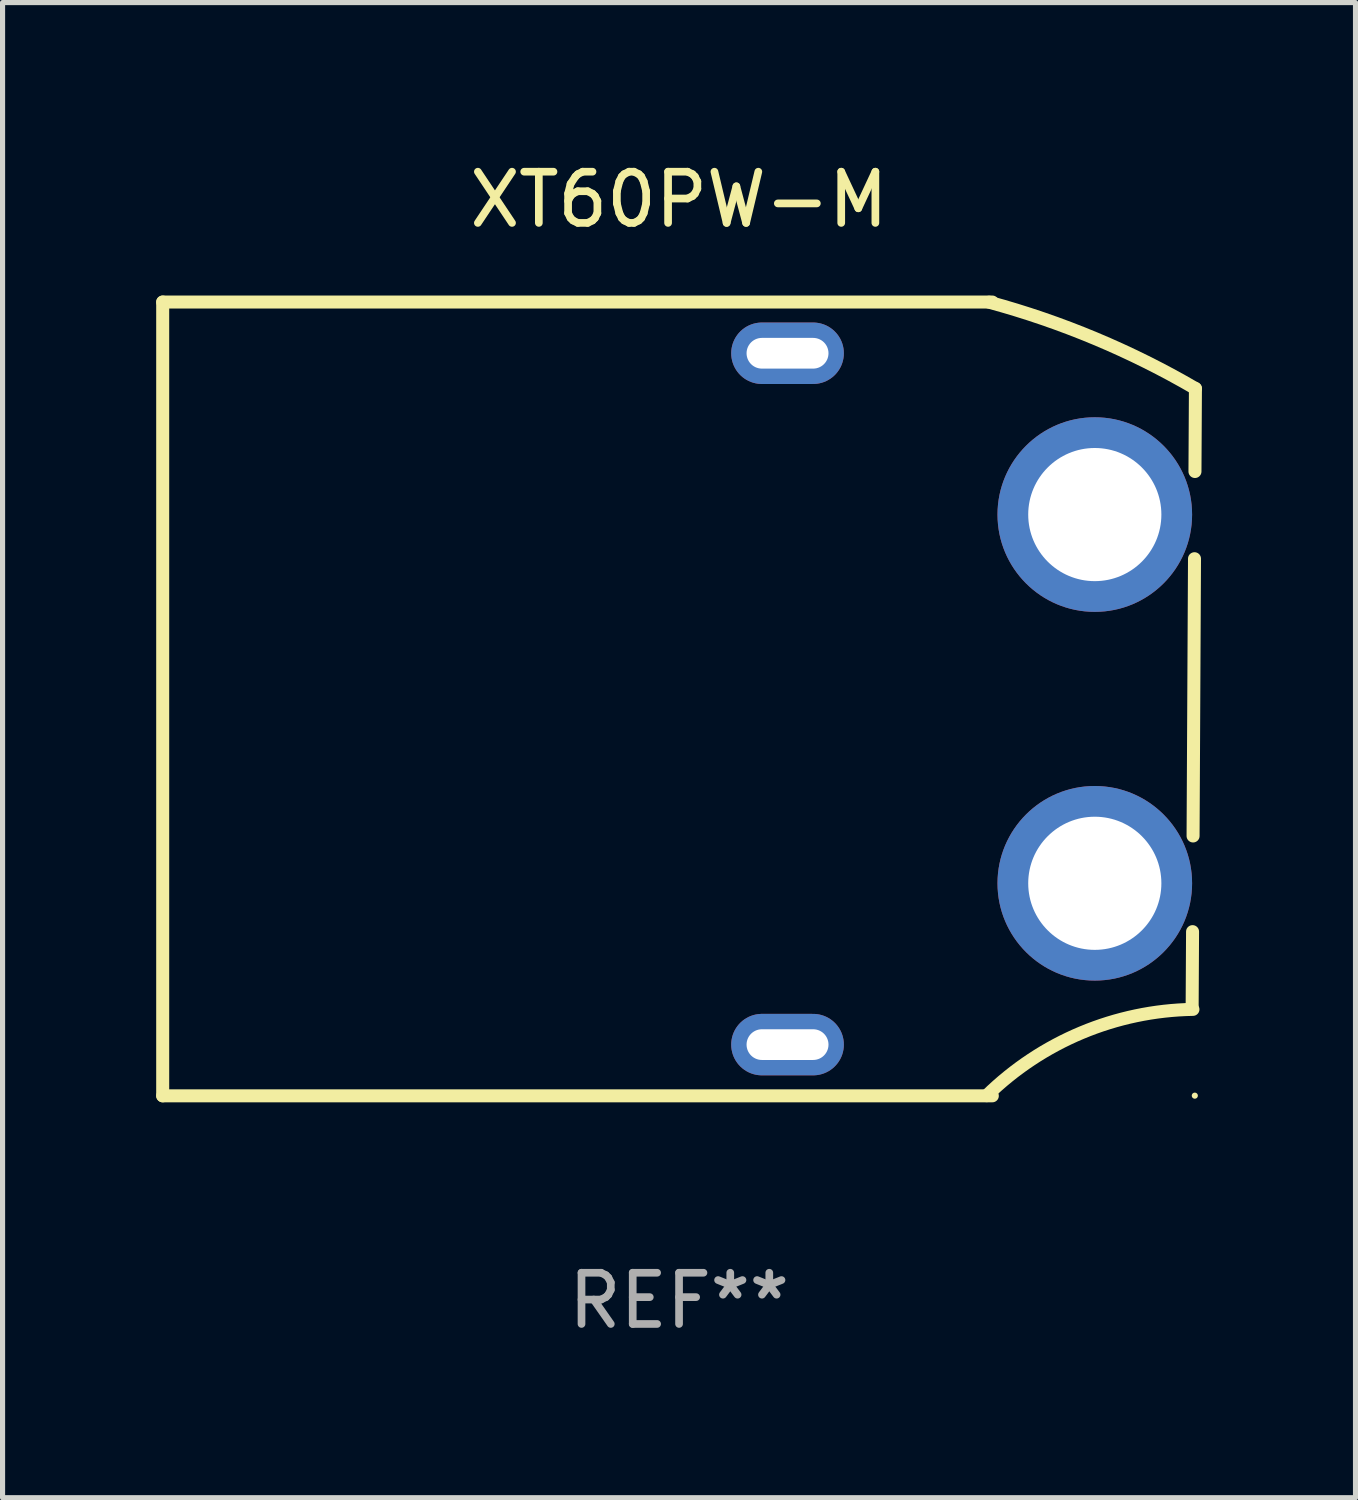
<source format=kicad_pcb>
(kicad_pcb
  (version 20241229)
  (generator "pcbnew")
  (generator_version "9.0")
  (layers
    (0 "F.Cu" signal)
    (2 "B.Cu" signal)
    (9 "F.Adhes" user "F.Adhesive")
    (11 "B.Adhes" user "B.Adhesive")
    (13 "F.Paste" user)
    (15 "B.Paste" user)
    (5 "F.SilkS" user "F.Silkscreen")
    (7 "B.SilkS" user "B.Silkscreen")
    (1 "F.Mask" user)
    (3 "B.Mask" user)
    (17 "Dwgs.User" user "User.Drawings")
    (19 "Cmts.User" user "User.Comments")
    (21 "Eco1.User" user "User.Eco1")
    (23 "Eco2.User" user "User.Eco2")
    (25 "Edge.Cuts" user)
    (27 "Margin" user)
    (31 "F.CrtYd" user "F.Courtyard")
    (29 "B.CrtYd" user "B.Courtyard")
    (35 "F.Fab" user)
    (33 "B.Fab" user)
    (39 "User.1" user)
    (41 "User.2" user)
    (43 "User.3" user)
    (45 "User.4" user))
  (footprint "XT60PW-M"
    (layer "F.Cu")
    (at 10.21 10.598)
    (property "Reference" "XT60PW-M" (at 0 -9.75 0) (layer "F.SilkS") (effects (font (size 1 1) (thickness 0.15))))
    (attr through_hole)
    (fp_line (start -10.083 -7.75) (end 6.117 -7.75) (stroke (width 0.254) (type solid)) (layer "F.SilkS"))
    (fp_line (start -10.083 7.75) (end -10.083 -7.75) (stroke (width 0.254) (type solid)) (layer "F.SilkS"))
    (fp_line (start -10.083 7.75) (end 6.117 7.75) (stroke (width 0.254) (type solid)) (layer "F.SilkS"))
    (fp_line (start 10.027 4.544) (end 10.019 5.994) (stroke (width 0.254) (type solid)) (layer "F.SilkS"))
    (fp_line (start 10.065 -2.738) (end 10.037 2.676) (stroke (width 0.254) (type solid)) (layer "F.SilkS"))
    (fp_line (start 10.083 -6.062) (end 10.074 -4.441) (stroke (width 0.254) (type solid)) (layer "F.SilkS"))
    (fp_arc (start 6.00649 7.747015) (mid 7.85889 6.518145) (end 10.034532 6.061976) (stroke (width 0.254001) (type solid)) (layer "F.SilkS"))
    (fp_arc (start 6.054496 -7.747015) (mid 8.123998 -7.03712) (end 10.082538 -6.061976) (stroke (width 0.254001) (type solid)) (layer "F.SilkS"))
    (fp_circle (center 10.071 7.747) (end 10.101 7.747) (stroke (width 0.06) (type solid)) (fill no) (layer "F.SilkS"))
    (fp_text user "+" (at 5.928 -4.953 0) (layer "B.Mask") (effects (font (size 1 1) (thickness 0.15))))
    (fp_text user "-" (at 5.674 6.096 0) (layer "B.Mask") (effects (font (size 1 1) (thickness 0.15))))
    (fp_text user "REF**" (at 0 11.75 0) (layer "F.Fab") (effects (font (size 1 1) (thickness 0.15))))
    (pad "1" thru_hole circle (at 8.118 3.6) (size 3.8 3.8) (drill 2.6) (layers "*.Cu" "*.Mask"))
    (pad "2" thru_hole circle (at 8.118 -3.6) (size 3.8 3.8) (drill 2.6) (layers "*.Cu" "*.Mask"))
    (pad "3" thru_hole oval (at 2.118 -6.75 90) (size 1.2 2.2) (drill oval 0.6 1.6) (layers "*.Cu" "*.Mask"))
    (pad "4" thru_hole oval (at 2.118 6.75 90) (size 1.2 2.2) (drill oval 0.6 1.6) (layers "*.Cu" "*.Mask")))
  (gr_rect
    (start -3 -3)
    (end 23.419 26.196)
    (stroke (width 0.1) (type default))
    (fill no)
    (layer "Edge.Cuts")))
</source>
